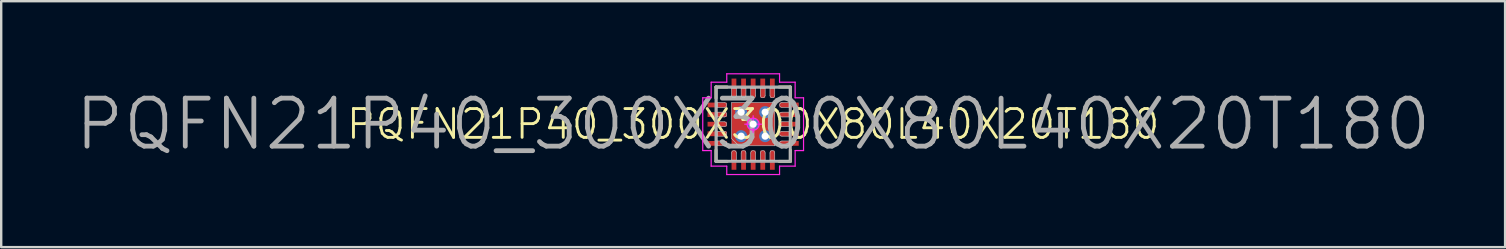
<source format=kicad_pcb>
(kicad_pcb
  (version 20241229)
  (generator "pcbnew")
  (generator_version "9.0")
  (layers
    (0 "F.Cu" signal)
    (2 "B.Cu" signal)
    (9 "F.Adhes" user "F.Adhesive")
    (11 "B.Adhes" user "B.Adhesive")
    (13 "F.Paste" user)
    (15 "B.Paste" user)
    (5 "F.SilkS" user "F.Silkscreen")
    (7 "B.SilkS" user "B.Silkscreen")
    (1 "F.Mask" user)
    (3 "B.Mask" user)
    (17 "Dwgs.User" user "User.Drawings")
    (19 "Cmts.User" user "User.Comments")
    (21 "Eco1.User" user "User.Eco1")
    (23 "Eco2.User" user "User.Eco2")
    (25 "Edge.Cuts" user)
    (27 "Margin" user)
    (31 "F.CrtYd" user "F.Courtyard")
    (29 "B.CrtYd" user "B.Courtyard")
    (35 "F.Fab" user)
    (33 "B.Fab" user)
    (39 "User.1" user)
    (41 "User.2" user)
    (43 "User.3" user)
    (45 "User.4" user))
  (footprint "PQFN21P40_300X300X80L40X20T180"
    (layer "F.Cu")
    (at 28.338 2.125)
    (property "Reference" "PQFN21P40_300X300X80L40X20T180" (at 0 0 0) (layer "F.SilkS") (effects (font (size 1.2 1.2) (thickness 0.12))))
    (attr smd)
    (fp_line (start -1.55 -1.55) (end -1.55 -1.08) (stroke (width 0.12) (type solid)) (layer "F.SilkS"))
    (fp_line (start -1.55 1.55) (end -1.55 1.08) (stroke (width 0.12) (type solid)) (layer "F.SilkS"))
    (fp_line (start -1.08 -1.55) (end -1.55 -1.55) (stroke (width 0.12) (type solid)) (layer "F.SilkS"))
    (fp_line (start -1.08 1.55) (end -1.55 1.55) (stroke (width 0.12) (type solid)) (layer "F.SilkS"))
    (fp_line (start 1.08 -1.55) (end 1.55 -1.55) (stroke (width 0.12) (type solid)) (layer "F.SilkS"))
    (fp_line (start 1.08 1.55) (end 1.55 1.55) (stroke (width 0.12) (type solid)) (layer "F.SilkS"))
    (fp_line (start 1.55 -1.55) (end 1.55 -1.08) (stroke (width 0.12) (type solid)) (layer "F.SilkS"))
    (fp_line (start 1.55 1.55) (end 1.55 1.08) (stroke (width 0.12) (type solid)) (layer "F.SilkS"))
    (fp_line (start -1.5 -1.5) (end 1.5 -1.5) (stroke (width 0.025) (type solid)) (layer "Dwgs.User"))
    (fp_line (start -1.5 -0.9) (end -1.5 -0.7) (stroke (width 0.025) (type solid)) (layer "Dwgs.User"))
    (fp_line (start -1.5 -0.7) (end -1.2 -0.7) (stroke (width 0.025) (type solid)) (layer "Dwgs.User"))
    (fp_line (start -1.5 -0.5) (end -1.5 -0.3) (stroke (width 0.025) (type solid)) (layer "Dwgs.User"))
    (fp_line (start -1.5 -0.3) (end -1.2 -0.3) (stroke (width 0.025) (type solid)) (layer "Dwgs.User"))
    (fp_line (start -1.5 -0.1) (end -1.5 0.1) (stroke (width 0.025) (type solid)) (layer "Dwgs.User"))
    (fp_line (start -1.5 0.1) (end -1.2 0.1) (stroke (width 0.025) (type solid)) (layer "Dwgs.User"))
    (fp_line (start -1.5 0.3) (end -1.5 0.5) (stroke (width 0.025) (type solid)) (layer "Dwgs.User"))
    (fp_line (start -1.5 0.5) (end -1.2 0.5) (stroke (width 0.025) (type solid)) (layer "Dwgs.User"))
    (fp_line (start -1.5 0.7) (end -1.5 0.9) (stroke (width 0.025) (type solid)) (layer "Dwgs.User"))
    (fp_line (start -1.5 0.9) (end -1.2 0.9) (stroke (width 0.025) (type solid)) (layer "Dwgs.User"))
    (fp_line (start -1.5 1.5) (end -1.5 -1.5) (stroke (width 0.025) (type solid)) (layer "Dwgs.User"))
    (fp_line (start -1.2 -0.9) (end -1.5 -0.9) (stroke (width 0.025) (type solid)) (layer "Dwgs.User"))
    (fp_line (start -1.2 -0.5) (end -1.5 -0.5) (stroke (width 0.025) (type solid)) (layer "Dwgs.User"))
    (fp_line (start -1.2 -0.1) (end -1.5 -0.1) (stroke (width 0.025) (type solid)) (layer "Dwgs.User"))
    (fp_line (start -1.2 0.3) (end -1.5 0.3) (stroke (width 0.025) (type solid)) (layer "Dwgs.User"))
    (fp_line (start -1.2 0.7) (end -1.5 0.7) (stroke (width 0.025) (type solid)) (layer "Dwgs.User"))
    (fp_line (start -0.9 -1.5) (end -0.9 -1.2) (stroke (width 0.025) (type solid)) (layer "Dwgs.User"))
    (fp_line (start -0.9 -0.9) (end -0.9 0.6) (stroke (width 0.025) (type solid)) (layer "Dwgs.User"))
    (fp_line (start -0.9 0.6) (end -0.6 0.9) (stroke (width 0.025) (type solid)) (layer "Dwgs.User"))
    (fp_line (start -0.9 1.2) (end -0.9 1.5) (stroke (width 0.025) (type solid)) (layer "Dwgs.User"))
    (fp_line (start -0.9 1.5) (end -0.7 1.5) (stroke (width 0.025) (type solid)) (layer "Dwgs.User"))
    (fp_line (start -0.7 -1.5) (end -0.9 -1.5) (stroke (width 0.025) (type solid)) (layer "Dwgs.User"))
    (fp_line (start -0.7 -1.2) (end -0.7 -1.5) (stroke (width 0.025) (type solid)) (layer "Dwgs.User"))
    (fp_line (start -0.7 1.5) (end -0.7 1.2) (stroke (width 0.025) (type solid)) (layer "Dwgs.User"))
    (fp_line (start -0.6 0.9) (end 0.9 0.9) (stroke (width 0.025) (type solid)) (layer "Dwgs.User"))
    (fp_line (start -0.5 -1.5) (end -0.5 -1.2) (stroke (width 0.025) (type solid)) (layer "Dwgs.User"))
    (fp_line (start -0.5 1.2) (end -0.5 1.5) (stroke (width 0.025) (type solid)) (layer "Dwgs.User"))
    (fp_line (start -0.5 1.5) (end -0.3 1.5) (stroke (width 0.025) (type solid)) (layer "Dwgs.User"))
    (fp_line (start -0.3 -1.5) (end -0.5 -1.5) (stroke (width 0.025) (type solid)) (layer "Dwgs.User"))
    (fp_line (start -0.3 -1.2) (end -0.3 -1.5) (stroke (width 0.025) (type solid)) (layer "Dwgs.User"))
    (fp_line (start -0.3 1.5) (end -0.3 1.2) (stroke (width 0.025) (type solid)) (layer "Dwgs.User"))
    (fp_line (start -0.1 -1.5) (end -0.1 -1.2) (stroke (width 0.025) (type solid)) (layer "Dwgs.User"))
    (fp_line (start -0.1 1.2) (end -0.1 1.5) (stroke (width 0.025) (type solid)) (layer "Dwgs.User"))
    (fp_line (start -0.1 1.5) (end 0.1 1.5) (stroke (width 0.025) (type solid)) (layer "Dwgs.User"))
    (fp_line (start 0.1 -1.5) (end -0.1 -1.5) (stroke (width 0.025) (type solid)) (layer "Dwgs.User"))
    (fp_line (start 0.1 -1.2) (end 0.1 -1.5) (stroke (width 0.025) (type solid)) (layer "Dwgs.User"))
    (fp_line (start 0.1 1.5) (end 0.1 1.2) (stroke (width 0.025) (type solid)) (layer "Dwgs.User"))
    (fp_line (start 0.3 -1.5) (end 0.3 -1.2) (stroke (width 0.025) (type solid)) (layer "Dwgs.User"))
    (fp_line (start 0.3 1.2) (end 0.3 1.5) (stroke (width 0.025) (type solid)) (layer "Dwgs.User"))
    (fp_line (start 0.3 1.5) (end 0.5 1.5) (stroke (width 0.025) (type solid)) (layer "Dwgs.User"))
    (fp_line (start 0.5 -1.5) (end 0.3 -1.5) (stroke (width 0.025) (type solid)) (layer "Dwgs.User"))
    (fp_line (start 0.5 -1.2) (end 0.5 -1.5) (stroke (width 0.025) (type solid)) (layer "Dwgs.User"))
    (fp_line (start 0.5 1.5) (end 0.5 1.2) (stroke (width 0.025) (type solid)) (layer "Dwgs.User"))
    (fp_line (start 0.7 -1.5) (end 0.7 -1.2) (stroke (width 0.025) (type solid)) (layer "Dwgs.User"))
    (fp_line (start 0.7 1.2) (end 0.7 1.5) (stroke (width 0.025) (type solid)) (layer "Dwgs.User"))
    (fp_line (start 0.7 1.5) (end 0.9 1.5) (stroke (width 0.025) (type solid)) (layer "Dwgs.User"))
    (fp_line (start 0.9 -1.5) (end 0.7 -1.5) (stroke (width 0.025) (type solid)) (layer "Dwgs.User"))
    (fp_line (start 0.9 -1.2) (end 0.9 -1.5) (stroke (width 0.025) (type solid)) (layer "Dwgs.User"))
    (fp_line (start 0.9 -0.9) (end -0.9 -0.9) (stroke (width 0.025) (type solid)) (layer "Dwgs.User"))
    (fp_line (start 0.9 0.9) (end 0.9 -0.9) (stroke (width 0.025) (type solid)) (layer "Dwgs.User"))
    (fp_line (start 0.9 1.5) (end 0.9 1.2) (stroke (width 0.025) (type solid)) (layer "Dwgs.User"))
    (fp_line (start 1.2 -0.7) (end 1.5 -0.7) (stroke (width 0.025) (type solid)) (layer "Dwgs.User"))
    (fp_line (start 1.2 -0.3) (end 1.5 -0.3) (stroke (width 0.025) (type solid)) (layer "Dwgs.User"))
    (fp_line (start 1.2 0.1) (end 1.5 0.1) (stroke (width 0.025) (type solid)) (layer "Dwgs.User"))
    (fp_line (start 1.2 0.5) (end 1.5 0.5) (stroke (width 0.025) (type solid)) (layer "Dwgs.User"))
    (fp_line (start 1.2 0.9) (end 1.5 0.9) (stroke (width 0.025) (type solid)) (layer "Dwgs.User"))
    (fp_line (start 1.5 -1.5) (end 1.5 1.5) (stroke (width 0.025) (type solid)) (layer "Dwgs.User"))
    (fp_line (start 1.5 -0.9) (end 1.2 -0.9) (stroke (width 0.025) (type solid)) (layer "Dwgs.User"))
    (fp_line (start 1.5 -0.7) (end 1.5 -0.9) (stroke (width 0.025) (type solid)) (layer "Dwgs.User"))
    (fp_line (start 1.5 -0.5) (end 1.2 -0.5) (stroke (width 0.025) (type solid)) (layer "Dwgs.User"))
    (fp_line (start 1.5 -0.3) (end 1.5 -0.5) (stroke (width 0.025) (type solid)) (layer "Dwgs.User"))
    (fp_line (start 1.5 -0.1) (end 1.2 -0.1) (stroke (width 0.025) (type solid)) (layer "Dwgs.User"))
    (fp_line (start 1.5 0.1) (end 1.5 -0.1) (stroke (width 0.025) (type solid)) (layer "Dwgs.User"))
    (fp_line (start 1.5 0.3) (end 1.2 0.3) (stroke (width 0.025) (type solid)) (layer "Dwgs.User"))
    (fp_line (start 1.5 0.5) (end 1.5 0.3) (stroke (width 0.025) (type solid)) (layer "Dwgs.User"))
    (fp_line (start 1.5 0.7) (end 1.2 0.7) (stroke (width 0.025) (type solid)) (layer "Dwgs.User"))
    (fp_line (start 1.5 0.9) (end 1.5 0.7) (stroke (width 0.025) (type solid)) (layer "Dwgs.User"))
    (fp_line (start 1.5 1.5) (end -1.5 1.5) (stroke (width 0.025) (type solid)) (layer "Dwgs.User"))
    (fp_arc (start -1.2 -0.9) (mid -1.1 -0.8) (end -1.2 -0.7) (stroke (width 0.025) (type solid)) (layer "Dwgs.User"))
    (fp_arc (start -1.2 -0.5) (mid -1.1 -0.4) (end -1.2 -0.3) (stroke (width 0.025) (type solid)) (layer "Dwgs.User"))
    (fp_arc (start -1.2 -0.1) (mid -1.1 0) (end -1.2 0.1) (stroke (width 0.025) (type solid)) (layer "Dwgs.User"))
    (fp_arc (start -1.2 0.3) (mid -1.1 0.4) (end -1.2 0.5) (stroke (width 0.025) (type solid)) (layer "Dwgs.User"))
    (fp_arc (start -1.2 0.7) (mid -1.1 0.8) (end -1.2 0.9) (stroke (width 0.025) (type solid)) (layer "Dwgs.User"))
    (fp_arc (start -0.9 1.2) (mid -0.8 1.1) (end -0.7 1.2) (stroke (width 0.025) (type solid)) (layer "Dwgs.User"))
    (fp_arc (start -0.7 -1.2) (mid -0.8 -1.1) (end -0.9 -1.2) (stroke (width 0.025) (type solid)) (layer "Dwgs.User"))
    (fp_arc (start -0.5 1.2) (mid -0.4 1.1) (end -0.3 1.2) (stroke (width 0.025) (type solid)) (layer "Dwgs.User"))
    (fp_arc (start -0.3 -1.2) (mid -0.4 -1.1) (end -0.5 -1.2) (stroke (width 0.025) (type solid)) (layer "Dwgs.User"))
    (fp_arc (start -0.1 1.2) (mid 0 1.1) (end 0.1 1.2) (stroke (width 0.025) (type solid)) (layer "Dwgs.User"))
    (fp_arc (start 0.1 -1.2) (mid 0 -1.1) (end -0.1 -1.2) (stroke (width 0.025) (type solid)) (layer "Dwgs.User"))
    (fp_arc (start 0.3 1.2) (mid 0.4 1.1) (end 0.5 1.2) (stroke (width 0.025) (type solid)) (layer "Dwgs.User"))
    (fp_arc (start 0.5 -1.2) (mid 0.4 -1.1) (end 0.3 -1.2) (stroke (width 0.025) (type solid)) (layer "Dwgs.User"))
    (fp_arc (start 0.7 1.2) (mid 0.8 1.1) (end 0.9 1.2) (stroke (width 0.025) (type solid)) (layer "Dwgs.User"))
    (fp_arc (start 0.9 -1.2) (mid 0.8 -1.1) (end 0.7 -1.2) (stroke (width 0.025) (type solid)) (layer "Dwgs.User"))
    (fp_arc (start 1.2 -0.7) (mid 1.1 -0.8) (end 1.2 -0.9) (stroke (width 0.025) (type solid)) (layer "Dwgs.User"))
    (fp_arc (start 1.2 -0.3) (mid 1.1 -0.4) (end 1.2 -0.5) (stroke (width 0.025) (type solid)) (layer "Dwgs.User"))
    (fp_arc (start 1.2 0.1) (mid 1.1 0) (end 1.2 -0.1) (stroke (width 0.025) (type solid)) (layer "Dwgs.User"))
    (fp_arc (start 1.2 0.5) (mid 1.1 0.4) (end 1.2 0.3) (stroke (width 0.025) (type solid)) (layer "Dwgs.User"))
    (fp_arc (start 1.2 0.9) (mid 1.1 0.8) (end 1.2 0.7) (stroke (width 0.025) (type solid)) (layer "Dwgs.User"))
    (fp_line (start -2.1 -1.1) (end -2.1 1.1) (stroke (width 0.05) (type solid)) (layer "F.CrtYd"))
    (fp_line (start -2.1 1.1) (end -1.75 1.1) (stroke (width 0.05) (type solid)) (layer "F.CrtYd"))
    (fp_line (start -1.75 -1.75) (end -1.75 -1.1) (stroke (width 0.05) (type solid)) (layer "F.CrtYd"))
    (fp_line (start -1.75 -1.1) (end -2.1 -1.1) (stroke (width 0.05) (type solid)) (layer "F.CrtYd"))
    (fp_line (start -1.75 1.1) (end -1.75 1.75) (stroke (width 0.05) (type solid)) (layer "F.CrtYd"))
    (fp_line (start -1.75 1.75) (end -1.1 1.75) (stroke (width 0.05) (type solid)) (layer "F.CrtYd"))
    (fp_line (start -1.1 -2.1) (end -1.1 -1.75) (stroke (width 0.05) (type solid)) (layer "F.CrtYd"))
    (fp_line (start -1.1 -1.75) (end -1.75 -1.75) (stroke (width 0.05) (type solid)) (layer "F.CrtYd"))
    (fp_line (start -1.1 1.75) (end -1.1 2.1) (stroke (width 0.05) (type solid)) (layer "F.CrtYd"))
    (fp_line (start -1.1 2.1) (end 1.1 2.1) (stroke (width 0.05) (type solid)) (layer "F.CrtYd"))
    (fp_line (start -0.35 0) (end 0.35 0) (stroke (width 0.05) (type solid)) (layer "F.CrtYd"))
    (fp_line (start 0 -0.35) (end 0 0.35) (stroke (width 0.05) (type solid)) (layer "F.CrtYd"))
    (fp_line (start 1.1 -2.1) (end -1.1 -2.1) (stroke (width 0.05) (type solid)) (layer "F.CrtYd"))
    (fp_line (start 1.1 -1.75) (end 1.1 -2.1) (stroke (width 0.05) (type solid)) (layer "F.CrtYd"))
    (fp_line (start 1.1 1.75) (end 1.75 1.75) (stroke (width 0.05) (type solid)) (layer "F.CrtYd"))
    (fp_line (start 1.1 2.1) (end 1.1 1.75) (stroke (width 0.05) (type solid)) (layer "F.CrtYd"))
    (fp_line (start 1.75 -1.75) (end 1.1 -1.75) (stroke (width 0.05) (type solid)) (layer "F.CrtYd"))
    (fp_line (start 1.75 -1.1) (end 1.75 -1.75) (stroke (width 0.05) (type solid)) (layer "F.CrtYd"))
    (fp_line (start 1.75 1.1) (end 2.1 1.1) (stroke (width 0.05) (type solid)) (layer "F.CrtYd"))
    (fp_line (start 1.75 1.75) (end 1.75 1.1) (stroke (width 0.05) (type solid)) (layer "F.CrtYd"))
    (fp_line (start 2.1 -1.1) (end 1.75 -1.1) (stroke (width 0.05) (type solid)) (layer "F.CrtYd"))
    (fp_line (start 2.1 1.1) (end 2.1 -1.1) (stroke (width 0.05) (type solid)) (layer "F.CrtYd"))
    (fp_circle (center 0 0) (end 0 0.25) (stroke (width 0.05) (type solid)) (fill no) (layer "F.CrtYd"))
    (fp_line (start -1.55 -1.55) (end 1.55 -1.55) (stroke (width 0.12) (type solid)) (layer "F.Fab"))
    (fp_line (start -1.55 1.55) (end -1.55 -1.55) (stroke (width 0.12) (type solid)) (layer "F.Fab"))
    (fp_line (start 1.55 -1.55) (end 1.55 1.55) (stroke (width 0.12) (type solid)) (layer "F.Fab"))
    (fp_line (start 1.55 1.55) (end -1.55 1.55) (stroke (width 0.12) (type solid)) (layer "F.Fab"))
    (fp_text user "${REFERENCE}" (at 0 0 0) (layer "F.Fab") (effects (font (size 2 2) (thickness 0.2))))
    (pad "" smd roundrect (at -0.45 -0.45 90) (size 0.64 0.64) (layers "F.Paste") (roundrect_rratio 0.25))
    (pad "" smd roundrect (at -0.44 0.44 90) (size 0.62 0.62) (layers "F.Paste") (roundrect_rratio 0.25))
    (pad "" smd roundrect (at 0.45 -0.45 90) (size 0.64 0.64) (layers "F.Paste") (roundrect_rratio 0.25))
    (pad "" smd roundrect (at 0.45 0.45 90) (size 0.64 0.64) (layers "F.Paste") (roundrect_rratio 0.25))
    (pad "1" smd rect (at -0.8 1.5 90) (size 0.8 0.2) (layers "F.Cu" "F.Mask" "F.Paste"))
    (pad "2" smd rect (at -0.4 1.5 90) (size 0.8 0.2) (layers "F.Cu" "F.Mask" "F.Paste"))
    (pad "3" smd rect (at 0 1.5 90) (size 0.8 0.2) (layers "F.Cu" "F.Mask" "F.Paste"))
    (pad "4" smd rect (at 0.4 1.5 90) (size 0.8 0.2) (layers "F.Cu" "F.Mask" "F.Paste"))
    (pad "5" smd rect (at 0.8 1.5 90) (size 0.8 0.2) (layers "F.Cu" "F.Mask" "F.Paste"))
    (pad "6" smd rect (at 1.5 0.8) (size 0.8 0.2) (layers "F.Cu" "F.Mask" "F.Paste"))
    (pad "7" smd rect (at 1.5 0.4) (size 0.8 0.2) (layers "F.Cu" "F.Mask" "F.Paste"))
    (pad "8" smd rect (at 1.5 0) (size 0.8 0.2) (layers "F.Cu" "F.Mask" "F.Paste"))
    (pad "9" smd rect (at 1.5 -0.4) (size 0.8 0.2) (layers "F.Cu" "F.Mask" "F.Paste"))
    (pad "10" smd rect (at 1.5 -0.8) (size 0.8 0.2) (layers "F.Cu" "F.Mask" "F.Paste"))
    (pad "11" smd rect (at 0.8 -1.5 90) (size 0.8 0.2) (layers "F.Cu" "F.Mask" "F.Paste"))
    (pad "12" smd rect (at 0.4 -1.5 90) (size 0.8 0.2) (layers "F.Cu" "F.Mask" "F.Paste"))
    (pad "13" smd rect (at 0 -1.5 90) (size 0.8 0.2) (layers "F.Cu" "F.Mask" "F.Paste"))
    (pad "14" smd rect (at -0.4 -1.5 90) (size 0.8 0.2) (layers "F.Cu" "F.Mask" "F.Paste"))
    (pad "15" smd rect (at -0.8 -1.5 90) (size 0.8 0.2) (layers "F.Cu" "F.Mask" "F.Paste"))
    (pad "16" smd rect (at -1.5 -0.8) (size 0.8 0.2) (layers "F.Cu" "F.Mask" "F.Paste"))
    (pad "17" smd rect (at -1.5 -0.4) (size 0.8 0.2) (layers "F.Cu" "F.Mask" "F.Paste"))
    (pad "18" smd rect (at -1.5 0) (size 0.8 0.2) (layers "F.Cu" "F.Mask" "F.Paste"))
    (pad "19" smd rect (at -1.5 0.4) (size 0.8 0.2) (layers "F.Cu" "F.Mask" "F.Paste"))
    (pad "20" smd rect (at -1.5 0.8) (size 0.8 0.2) (layers "F.Cu" "F.Mask" "F.Paste"))
    (pad "21" smd rect (at 0 0) (size 1.8 1.8) (layers "F.Cu" "F.Mask"))
    (pad "22" thru_hole circle (at -0.5 -0.5) (size 0.5 0.5) (drill 0.3) (layers "*.Cu" "*.Mask"))
    (pad "23" thru_hole circle (at 0.5 -0.5) (size 0.5 0.5) (drill 0.3) (layers "*.Cu" "*.Mask"))
    (pad "24" thru_hole circle (at 0 0) (size 0.5 0.5) (drill 0.3) (layers "*.Cu" "*.Mask"))
    (pad "25" thru_hole circle (at -0.5 0.5) (size 0.5 0.5) (drill 0.3) (layers "*.Cu" "*.Mask"))
    (pad "26" thru_hole circle (at 0.5 0.5) (size 0.5 0.5) (drill 0.3) (layers "*.Cu" "*.Mask")))
  (gr_rect
    (start -3 -3)
    (end 59.676 7.25)
    (stroke (width 0.1) (type default))
    (fill no)
    (layer "Edge.Cuts")))
</source>
